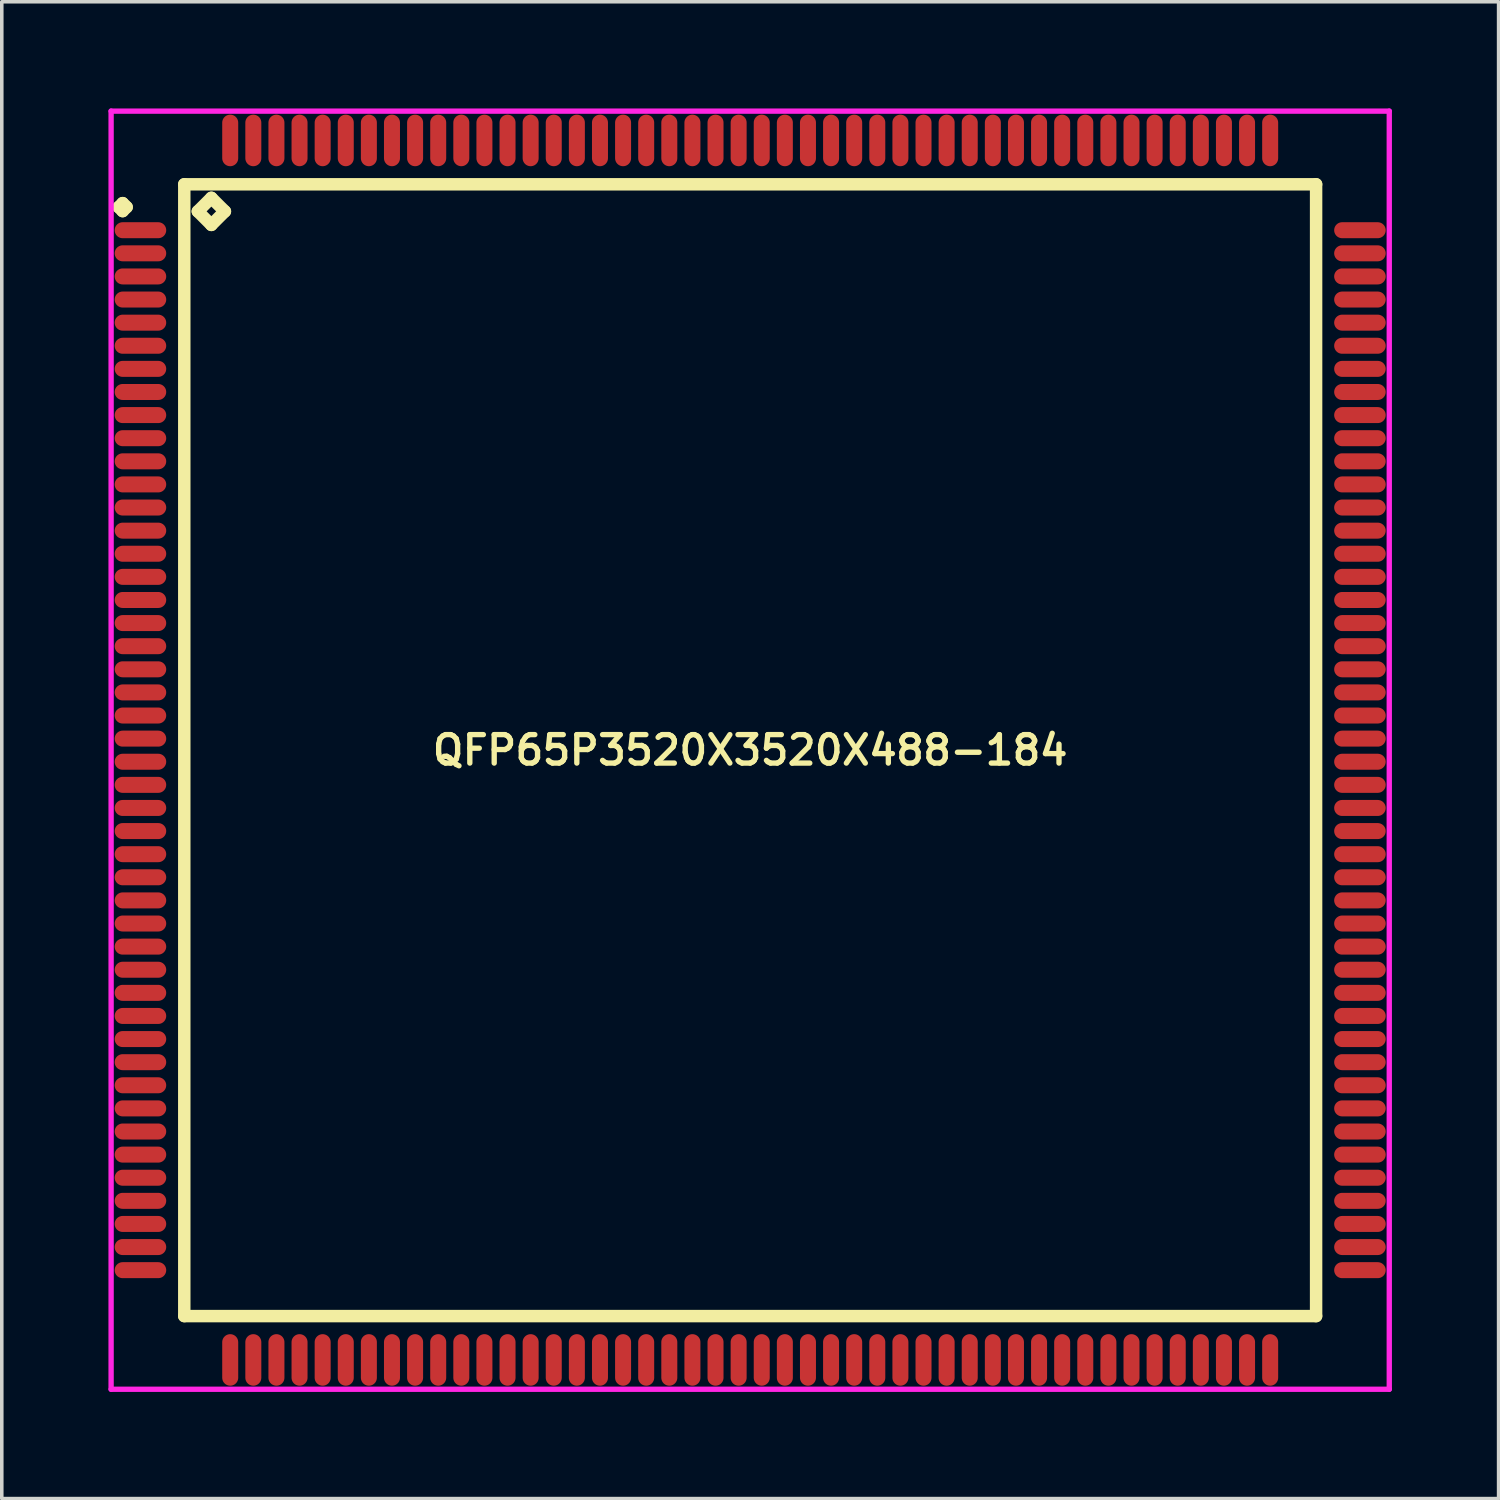
<source format=kicad_pcb>
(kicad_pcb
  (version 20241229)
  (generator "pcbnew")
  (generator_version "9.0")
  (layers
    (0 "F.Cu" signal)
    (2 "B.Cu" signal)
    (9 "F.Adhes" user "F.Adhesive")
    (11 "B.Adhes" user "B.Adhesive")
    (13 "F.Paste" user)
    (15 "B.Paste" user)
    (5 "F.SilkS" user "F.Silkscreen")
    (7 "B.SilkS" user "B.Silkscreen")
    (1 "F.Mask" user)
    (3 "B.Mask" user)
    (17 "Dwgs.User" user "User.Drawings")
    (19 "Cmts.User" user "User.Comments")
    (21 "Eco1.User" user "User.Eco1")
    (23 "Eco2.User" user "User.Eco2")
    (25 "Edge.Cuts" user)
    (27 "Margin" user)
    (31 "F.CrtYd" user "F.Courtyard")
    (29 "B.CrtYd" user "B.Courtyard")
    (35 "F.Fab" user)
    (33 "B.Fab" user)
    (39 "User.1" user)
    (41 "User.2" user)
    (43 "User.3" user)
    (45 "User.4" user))
  (footprint "QFP65P3520X3520X488-184"
    (layer "F.Cu")
    (at 18.05 18.05)
    (property "Reference" "QFP65P3520X3520X488-184" (at 0 0 0) (layer "F.SilkS") (effects (font (size 0.8 0.8) (thickness 0.15))))
    (attr smd)
    (fp_line (start -17.762 -15.275) (end -17.65 -15.387) (stroke (width 0.35) (type solid)) (layer "F.SilkS"))
    (fp_line (start -17.65 -15.387) (end -17.538 -15.275) (stroke (width 0.35) (type solid)) (layer "F.SilkS"))
    (fp_line (start -17.65 -15.162) (end -17.762 -15.275) (stroke (width 0.35) (type solid)) (layer "F.SilkS"))
    (fp_line (start -17.538 -15.275) (end -17.65 -15.162) (stroke (width 0.35) (type solid)) (layer "F.SilkS"))
    (fp_line (start -15.917 -15.917) (end -15.917 15.917) (stroke (width 0.35) (type solid)) (layer "F.SilkS"))
    (fp_line (start -15.917 15.917) (end 15.917 15.917) (stroke (width 0.35) (type solid)) (layer "F.SilkS"))
    (fp_line (start -15.536 -15.155) (end -15.155 -15.536) (stroke (width 0.35) (type solid)) (layer "F.SilkS"))
    (fp_line (start -15.155 -15.536) (end -14.774 -15.155) (stroke (width 0.35) (type solid)) (layer "F.SilkS"))
    (fp_line (start -15.155 -14.774) (end -15.536 -15.155) (stroke (width 0.35) (type solid)) (layer "F.SilkS"))
    (fp_line (start -14.774 -15.155) (end -15.155 -14.774) (stroke (width 0.35) (type solid)) (layer "F.SilkS"))
    (fp_line (start 15.917 -15.917) (end -15.917 -15.917) (stroke (width 0.35) (type solid)) (layer "F.SilkS"))
    (fp_line (start 15.917 15.917) (end 15.917 -15.917) (stroke (width 0.35) (type solid)) (layer "F.SilkS"))
    (fp_line (start -17.975 -17.975) (end 17.975 -17.975) (stroke (width 0.15) (type solid)) (layer "F.CrtYd"))
    (fp_line (start -17.975 17.975) (end -17.975 -17.975) (stroke (width 0.15) (type solid)) (layer "F.CrtYd"))
    (fp_line (start 17.975 -17.975) (end 17.975 17.975) (stroke (width 0.15) (type solid)) (layer "F.CrtYd"))
    (fp_line (start 17.975 17.975) (end -17.975 17.975) (stroke (width 0.15) (type solid)) (layer "F.CrtYd"))
    (pad "1" smd oval (at -17.15 -14.625) (size 1.45 0.45) (layers "F.Cu" "F.Mask" "F.Paste"))
    (pad "2" smd oval (at -17.15 -13.975) (size 1.45 0.45) (layers "F.Cu" "F.Mask" "F.Paste"))
    (pad "3" smd oval (at -17.15 -13.325) (size 1.45 0.45) (layers "F.Cu" "F.Mask" "F.Paste"))
    (pad "4" smd oval (at -17.15 -12.675) (size 1.45 0.45) (layers "F.Cu" "F.Mask" "F.Paste"))
    (pad "5" smd oval (at -17.15 -12.025) (size 1.45 0.45) (layers "F.Cu" "F.Mask" "F.Paste"))
    (pad "6" smd oval (at -17.15 -11.375) (size 1.45 0.45) (layers "F.Cu" "F.Mask" "F.Paste"))
    (pad "7" smd oval (at -17.15 -10.725) (size 1.45 0.45) (layers "F.Cu" "F.Mask" "F.Paste"))
    (pad "8" smd oval (at -17.15 -10.075) (size 1.45 0.45) (layers "F.Cu" "F.Mask" "F.Paste"))
    (pad "9" smd oval (at -17.15 -9.425) (size 1.45 0.45) (layers "F.Cu" "F.Mask" "F.Paste"))
    (pad "10" smd oval (at -17.15 -8.775) (size 1.45 0.45) (layers "F.Cu" "F.Mask" "F.Paste"))
    (pad "11" smd oval (at -17.15 -8.125) (size 1.45 0.45) (layers "F.Cu" "F.Mask" "F.Paste"))
    (pad "12" smd oval (at -17.15 -7.475) (size 1.45 0.45) (layers "F.Cu" "F.Mask" "F.Paste"))
    (pad "13" smd oval (at -17.15 -6.825) (size 1.45 0.45) (layers "F.Cu" "F.Mask" "F.Paste"))
    (pad "14" smd oval (at -17.15 -6.175) (size 1.45 0.45) (layers "F.Cu" "F.Mask" "F.Paste"))
    (pad "15" smd oval (at -17.15 -5.525) (size 1.45 0.45) (layers "F.Cu" "F.Mask" "F.Paste"))
    (pad "16" smd oval (at -17.15 -4.875) (size 1.45 0.45) (layers "F.Cu" "F.Mask" "F.Paste"))
    (pad "17" smd oval (at -17.15 -4.225) (size 1.45 0.45) (layers "F.Cu" "F.Mask" "F.Paste"))
    (pad "18" smd oval (at -17.15 -3.575) (size 1.45 0.45) (layers "F.Cu" "F.Mask" "F.Paste"))
    (pad "19" smd oval (at -17.15 -2.925) (size 1.45 0.45) (layers "F.Cu" "F.Mask" "F.Paste"))
    (pad "20" smd oval (at -17.15 -2.275) (size 1.45 0.45) (layers "F.Cu" "F.Mask" "F.Paste"))
    (pad "21" smd oval (at -17.15 -1.625) (size 1.45 0.45) (layers "F.Cu" "F.Mask" "F.Paste"))
    (pad "22" smd oval (at -17.15 -0.975) (size 1.45 0.45) (layers "F.Cu" "F.Mask" "F.Paste"))
    (pad "23" smd oval (at -17.15 -0.325) (size 1.45 0.45) (layers "F.Cu" "F.Mask" "F.Paste"))
    (pad "24" smd oval (at -17.15 0.325) (size 1.45 0.45) (layers "F.Cu" "F.Mask" "F.Paste"))
    (pad "25" smd oval (at -17.15 0.975) (size 1.45 0.45) (layers "F.Cu" "F.Mask" "F.Paste"))
    (pad "26" smd oval (at -17.15 1.625) (size 1.45 0.45) (layers "F.Cu" "F.Mask" "F.Paste"))
    (pad "27" smd oval (at -17.15 2.275) (size 1.45 0.45) (layers "F.Cu" "F.Mask" "F.Paste"))
    (pad "28" smd oval (at -17.15 2.925) (size 1.45 0.45) (layers "F.Cu" "F.Mask" "F.Paste"))
    (pad "29" smd oval (at -17.15 3.575) (size 1.45 0.45) (layers "F.Cu" "F.Mask" "F.Paste"))
    (pad "30" smd oval (at -17.15 4.225) (size 1.45 0.45) (layers "F.Cu" "F.Mask" "F.Paste"))
    (pad "31" smd oval (at -17.15 4.875) (size 1.45 0.45) (layers "F.Cu" "F.Mask" "F.Paste"))
    (pad "32" smd oval (at -17.15 5.525) (size 1.45 0.45) (layers "F.Cu" "F.Mask" "F.Paste"))
    (pad "33" smd oval (at -17.15 6.175) (size 1.45 0.45) (layers "F.Cu" "F.Mask" "F.Paste"))
    (pad "34" smd oval (at -17.15 6.825) (size 1.45 0.45) (layers "F.Cu" "F.Mask" "F.Paste"))
    (pad "35" smd oval (at -17.15 7.475) (size 1.45 0.45) (layers "F.Cu" "F.Mask" "F.Paste"))
    (pad "36" smd oval (at -17.15 8.125) (size 1.45 0.45) (layers "F.Cu" "F.Mask" "F.Paste"))
    (pad "37" smd oval (at -17.15 8.775) (size 1.45 0.45) (layers "F.Cu" "F.Mask" "F.Paste"))
    (pad "38" smd oval (at -17.15 9.425) (size 1.45 0.45) (layers "F.Cu" "F.Mask" "F.Paste"))
    (pad "39" smd oval (at -17.15 10.075) (size 1.45 0.45) (layers "F.Cu" "F.Mask" "F.Paste"))
    (pad "40" smd oval (at -17.15 10.725) (size 1.45 0.45) (layers "F.Cu" "F.Mask" "F.Paste"))
    (pad "41" smd oval (at -17.15 11.375) (size 1.45 0.45) (layers "F.Cu" "F.Mask" "F.Paste"))
    (pad "42" smd oval (at -17.15 12.025) (size 1.45 0.45) (layers "F.Cu" "F.Mask" "F.Paste"))
    (pad "43" smd oval (at -17.15 12.675) (size 1.45 0.45) (layers "F.Cu" "F.Mask" "F.Paste"))
    (pad "44" smd oval (at -17.15 13.325) (size 1.45 0.45) (layers "F.Cu" "F.Mask" "F.Paste"))
    (pad "45" smd oval (at -17.15 13.975) (size 1.45 0.45) (layers "F.Cu" "F.Mask" "F.Paste"))
    (pad "46" smd oval (at -17.15 14.625) (size 1.45 0.45) (layers "F.Cu" "F.Mask" "F.Paste"))
    (pad "47" smd oval (at -14.625 17.15) (size 0.45 1.45) (layers "F.Cu" "F.Mask" "F.Paste"))
    (pad "48" smd oval (at -13.975 17.15) (size 0.45 1.45) (layers "F.Cu" "F.Mask" "F.Paste"))
    (pad "49" smd oval (at -13.325 17.15) (size 0.45 1.45) (layers "F.Cu" "F.Mask" "F.Paste"))
    (pad "50" smd oval (at -12.675 17.15) (size 0.45 1.45) (layers "F.Cu" "F.Mask" "F.Paste"))
    (pad "51" smd oval (at -12.025 17.15) (size 0.45 1.45) (layers "F.Cu" "F.Mask" "F.Paste"))
    (pad "52" smd oval (at -11.375 17.15) (size 0.45 1.45) (layers "F.Cu" "F.Mask" "F.Paste"))
    (pad "53" smd oval (at -10.725 17.15) (size 0.45 1.45) (layers "F.Cu" "F.Mask" "F.Paste"))
    (pad "54" smd oval (at -10.075 17.15) (size 0.45 1.45) (layers "F.Cu" "F.Mask" "F.Paste"))
    (pad "55" smd oval (at -9.425 17.15) (size 0.45 1.45) (layers "F.Cu" "F.Mask" "F.Paste"))
    (pad "56" smd oval (at -8.775 17.15) (size 0.45 1.45) (layers "F.Cu" "F.Mask" "F.Paste"))
    (pad "57" smd oval (at -8.125 17.15) (size 0.45 1.45) (layers "F.Cu" "F.Mask" "F.Paste"))
    (pad "58" smd oval (at -7.475 17.15) (size 0.45 1.45) (layers "F.Cu" "F.Mask" "F.Paste"))
    (pad "59" smd oval (at -6.825 17.15) (size 0.45 1.45) (layers "F.Cu" "F.Mask" "F.Paste"))
    (pad "60" smd oval (at -6.175 17.15) (size 0.45 1.45) (layers "F.Cu" "F.Mask" "F.Paste"))
    (pad "61" smd oval (at -5.525 17.15) (size 0.45 1.45) (layers "F.Cu" "F.Mask" "F.Paste"))
    (pad "62" smd oval (at -4.875 17.15) (size 0.45 1.45) (layers "F.Cu" "F.Mask" "F.Paste"))
    (pad "63" smd oval (at -4.225 17.15) (size 0.45 1.45) (layers "F.Cu" "F.Mask" "F.Paste"))
    (pad "64" smd oval (at -3.575 17.15) (size 0.45 1.45) (layers "F.Cu" "F.Mask" "F.Paste"))
    (pad "65" smd oval (at -2.925 17.15) (size 0.45 1.45) (layers "F.Cu" "F.Mask" "F.Paste"))
    (pad "66" smd oval (at -2.275 17.15) (size 0.45 1.45) (layers "F.Cu" "F.Mask" "F.Paste"))
    (pad "67" smd oval (at -1.625 17.15) (size 0.45 1.45) (layers "F.Cu" "F.Mask" "F.Paste"))
    (pad "68" smd oval (at -0.975 17.15) (size 0.45 1.45) (layers "F.Cu" "F.Mask" "F.Paste"))
    (pad "69" smd oval (at -0.325 17.15) (size 0.45 1.45) (layers "F.Cu" "F.Mask" "F.Paste"))
    (pad "70" smd oval (at 0.325 17.15) (size 0.45 1.45) (layers "F.Cu" "F.Mask" "F.Paste"))
    (pad "71" smd oval (at 0.975 17.15) (size 0.45 1.45) (layers "F.Cu" "F.Mask" "F.Paste"))
    (pad "72" smd oval (at 1.625 17.15) (size 0.45 1.45) (layers "F.Cu" "F.Mask" "F.Paste"))
    (pad "73" smd oval (at 2.275 17.15) (size 0.45 1.45) (layers "F.Cu" "F.Mask" "F.Paste"))
    (pad "74" smd oval (at 2.925 17.15) (size 0.45 1.45) (layers "F.Cu" "F.Mask" "F.Paste"))
    (pad "75" smd oval (at 3.575 17.15) (size 0.45 1.45) (layers "F.Cu" "F.Mask" "F.Paste"))
    (pad "76" smd oval (at 4.225 17.15) (size 0.45 1.45) (layers "F.Cu" "F.Mask" "F.Paste"))
    (pad "77" smd oval (at 4.875 17.15) (size 0.45 1.45) (layers "F.Cu" "F.Mask" "F.Paste"))
    (pad "78" smd oval (at 5.525 17.15) (size 0.45 1.45) (layers "F.Cu" "F.Mask" "F.Paste"))
    (pad "79" smd oval (at 6.175 17.15) (size 0.45 1.45) (layers "F.Cu" "F.Mask" "F.Paste"))
    (pad "80" smd oval (at 6.825 17.15) (size 0.45 1.45) (layers "F.Cu" "F.Mask" "F.Paste"))
    (pad "81" smd oval (at 7.475 17.15) (size 0.45 1.45) (layers "F.Cu" "F.Mask" "F.Paste"))
    (pad "82" smd oval (at 8.125 17.15) (size 0.45 1.45) (layers "F.Cu" "F.Mask" "F.Paste"))
    (pad "83" smd oval (at 8.775 17.15) (size 0.45 1.45) (layers "F.Cu" "F.Mask" "F.Paste"))
    (pad "84" smd oval (at 9.425 17.15) (size 0.45 1.45) (layers "F.Cu" "F.Mask" "F.Paste"))
    (pad "85" smd oval (at 10.075 17.15) (size 0.45 1.45) (layers "F.Cu" "F.Mask" "F.Paste"))
    (pad "86" smd oval (at 10.725 17.15) (size 0.45 1.45) (layers "F.Cu" "F.Mask" "F.Paste"))
    (pad "87" smd oval (at 11.375 17.15) (size 0.45 1.45) (layers "F.Cu" "F.Mask" "F.Paste"))
    (pad "88" smd oval (at 12.025 17.15) (size 0.45 1.45) (layers "F.Cu" "F.Mask" "F.Paste"))
    (pad "89" smd oval (at 12.675 17.15) (size 0.45 1.45) (layers "F.Cu" "F.Mask" "F.Paste"))
    (pad "90" smd oval (at 13.325 17.15) (size 0.45 1.45) (layers "F.Cu" "F.Mask" "F.Paste"))
    (pad "91" smd oval (at 13.975 17.15) (size 0.45 1.45) (layers "F.Cu" "F.Mask" "F.Paste"))
    (pad "92" smd oval (at 14.625 17.15) (size 0.45 1.45) (layers "F.Cu" "F.Mask" "F.Paste"))
    (pad "93" smd oval (at 17.15 14.625) (size 1.45 0.45) (layers "F.Cu" "F.Mask" "F.Paste"))
    (pad "94" smd oval (at 17.15 13.975) (size 1.45 0.45) (layers "F.Cu" "F.Mask" "F.Paste"))
    (pad "95" smd oval (at 17.15 13.325) (size 1.45 0.45) (layers "F.Cu" "F.Mask" "F.Paste"))
    (pad "96" smd oval (at 17.15 12.675) (size 1.45 0.45) (layers "F.Cu" "F.Mask" "F.Paste"))
    (pad "97" smd oval (at 17.15 12.025) (size 1.45 0.45) (layers "F.Cu" "F.Mask" "F.Paste"))
    (pad "98" smd oval (at 17.15 11.375) (size 1.45 0.45) (layers "F.Cu" "F.Mask" "F.Paste"))
    (pad "99" smd oval (at 17.15 10.725) (size 1.45 0.45) (layers "F.Cu" "F.Mask" "F.Paste"))
    (pad "100" smd oval (at 17.15 10.075) (size 1.45 0.45) (layers "F.Cu" "F.Mask" "F.Paste"))
    (pad "101" smd oval (at 17.15 9.425) (size 1.45 0.45) (layers "F.Cu" "F.Mask" "F.Paste"))
    (pad "102" smd oval (at 17.15 8.775) (size 1.45 0.45) (layers "F.Cu" "F.Mask" "F.Paste"))
    (pad "103" smd oval (at 17.15 8.125) (size 1.45 0.45) (layers "F.Cu" "F.Mask" "F.Paste"))
    (pad "104" smd oval (at 17.15 7.475) (size 1.45 0.45) (layers "F.Cu" "F.Mask" "F.Paste"))
    (pad "105" smd oval (at 17.15 6.825) (size 1.45 0.45) (layers "F.Cu" "F.Mask" "F.Paste"))
    (pad "106" smd oval (at 17.15 6.175) (size 1.45 0.45) (layers "F.Cu" "F.Mask" "F.Paste"))
    (pad "107" smd oval (at 17.15 5.525) (size 1.45 0.45) (layers "F.Cu" "F.Mask" "F.Paste"))
    (pad "108" smd oval (at 17.15 4.875) (size 1.45 0.45) (layers "F.Cu" "F.Mask" "F.Paste"))
    (pad "109" smd oval (at 17.15 4.225) (size 1.45 0.45) (layers "F.Cu" "F.Mask" "F.Paste"))
    (pad "110" smd oval (at 17.15 3.575) (size 1.45 0.45) (layers "F.Cu" "F.Mask" "F.Paste"))
    (pad "111" smd oval (at 17.15 2.925) (size 1.45 0.45) (layers "F.Cu" "F.Mask" "F.Paste"))
    (pad "112" smd oval (at 17.15 2.275) (size 1.45 0.45) (layers "F.Cu" "F.Mask" "F.Paste"))
    (pad "113" smd oval (at 17.15 1.625) (size 1.45 0.45) (layers "F.Cu" "F.Mask" "F.Paste"))
    (pad "114" smd oval (at 17.15 0.975) (size 1.45 0.45) (layers "F.Cu" "F.Mask" "F.Paste"))
    (pad "115" smd oval (at 17.15 0.325) (size 1.45 0.45) (layers "F.Cu" "F.Mask" "F.Paste"))
    (pad "116" smd oval (at 17.15 -0.325) (size 1.45 0.45) (layers "F.Cu" "F.Mask" "F.Paste"))
    (pad "117" smd oval (at 17.15 -0.975) (size 1.45 0.45) (layers "F.Cu" "F.Mask" "F.Paste"))
    (pad "118" smd oval (at 17.15 -1.625) (size 1.45 0.45) (layers "F.Cu" "F.Mask" "F.Paste"))
    (pad "119" smd oval (at 17.15 -2.275) (size 1.45 0.45) (layers "F.Cu" "F.Mask" "F.Paste"))
    (pad "120" smd oval (at 17.15 -2.925) (size 1.45 0.45) (layers "F.Cu" "F.Mask" "F.Paste"))
    (pad "121" smd oval (at 17.15 -3.575) (size 1.45 0.45) (layers "F.Cu" "F.Mask" "F.Paste"))
    (pad "122" smd oval (at 17.15 -4.225) (size 1.45 0.45) (layers "F.Cu" "F.Mask" "F.Paste"))
    (pad "123" smd oval (at 17.15 -4.875) (size 1.45 0.45) (layers "F.Cu" "F.Mask" "F.Paste"))
    (pad "124" smd oval (at 17.15 -5.525) (size 1.45 0.45) (layers "F.Cu" "F.Mask" "F.Paste"))
    (pad "125" smd oval (at 17.15 -6.175) (size 1.45 0.45) (layers "F.Cu" "F.Mask" "F.Paste"))
    (pad "126" smd oval (at 17.15 -6.825) (size 1.45 0.45) (layers "F.Cu" "F.Mask" "F.Paste"))
    (pad "127" smd oval (at 17.15 -7.475) (size 1.45 0.45) (layers "F.Cu" "F.Mask" "F.Paste"))
    (pad "128" smd oval (at 17.15 -8.125) (size 1.45 0.45) (layers "F.Cu" "F.Mask" "F.Paste"))
    (pad "129" smd oval (at 17.15 -8.775) (size 1.45 0.45) (layers "F.Cu" "F.Mask" "F.Paste"))
    (pad "130" smd oval (at 17.15 -9.425) (size 1.45 0.45) (layers "F.Cu" "F.Mask" "F.Paste"))
    (pad "131" smd oval (at 17.15 -10.075) (size 1.45 0.45) (layers "F.Cu" "F.Mask" "F.Paste"))
    (pad "132" smd oval (at 17.15 -10.725) (size 1.45 0.45) (layers "F.Cu" "F.Mask" "F.Paste"))
    (pad "133" smd oval (at 17.15 -11.375) (size 1.45 0.45) (layers "F.Cu" "F.Mask" "F.Paste"))
    (pad "134" smd oval (at 17.15 -12.025) (size 1.45 0.45) (layers "F.Cu" "F.Mask" "F.Paste"))
    (pad "135" smd oval (at 17.15 -12.675) (size 1.45 0.45) (layers "F.Cu" "F.Mask" "F.Paste"))
    (pad "136" smd oval (at 17.15 -13.325) (size 1.45 0.45) (layers "F.Cu" "F.Mask" "F.Paste"))
    (pad "137" smd oval (at 17.15 -13.975) (size 1.45 0.45) (layers "F.Cu" "F.Mask" "F.Paste"))
    (pad "138" smd oval (at 17.15 -14.625) (size 1.45 0.45) (layers "F.Cu" "F.Mask" "F.Paste"))
    (pad "139" smd oval (at 14.625 -17.15) (size 0.45 1.45) (layers "F.Cu" "F.Mask" "F.Paste"))
    (pad "140" smd oval (at 13.975 -17.15) (size 0.45 1.45) (layers "F.Cu" "F.Mask" "F.Paste"))
    (pad "141" smd oval (at 13.325 -17.15) (size 0.45 1.45) (layers "F.Cu" "F.Mask" "F.Paste"))
    (pad "142" smd oval (at 12.675 -17.15) (size 0.45 1.45) (layers "F.Cu" "F.Mask" "F.Paste"))
    (pad "143" smd oval (at 12.025 -17.15) (size 0.45 1.45) (layers "F.Cu" "F.Mask" "F.Paste"))
    (pad "144" smd oval (at 11.375 -17.15) (size 0.45 1.45) (layers "F.Cu" "F.Mask" "F.Paste"))
    (pad "145" smd oval (at 10.725 -17.15) (size 0.45 1.45) (layers "F.Cu" "F.Mask" "F.Paste"))
    (pad "146" smd oval (at 10.075 -17.15) (size 0.45 1.45) (layers "F.Cu" "F.Mask" "F.Paste"))
    (pad "147" smd oval (at 9.425 -17.15) (size 0.45 1.45) (layers "F.Cu" "F.Mask" "F.Paste"))
    (pad "148" smd oval (at 8.775 -17.15) (size 0.45 1.45) (layers "F.Cu" "F.Mask" "F.Paste"))
    (pad "149" smd oval (at 8.125 -17.15) (size 0.45 1.45) (layers "F.Cu" "F.Mask" "F.Paste"))
    (pad "150" smd oval (at 7.475 -17.15) (size 0.45 1.45) (layers "F.Cu" "F.Mask" "F.Paste"))
    (pad "151" smd oval (at 6.825 -17.15) (size 0.45 1.45) (layers "F.Cu" "F.Mask" "F.Paste"))
    (pad "152" smd oval (at 6.175 -17.15) (size 0.45 1.45) (layers "F.Cu" "F.Mask" "F.Paste"))
    (pad "153" smd oval (at 5.525 -17.15) (size 0.45 1.45) (layers "F.Cu" "F.Mask" "F.Paste"))
    (pad "154" smd oval (at 4.875 -17.15) (size 0.45 1.45) (layers "F.Cu" "F.Mask" "F.Paste"))
    (pad "155" smd oval (at 4.225 -17.15) (size 0.45 1.45) (layers "F.Cu" "F.Mask" "F.Paste"))
    (pad "156" smd oval (at 3.575 -17.15) (size 0.45 1.45) (layers "F.Cu" "F.Mask" "F.Paste"))
    (pad "157" smd oval (at 2.925 -17.15) (size 0.45 1.45) (layers "F.Cu" "F.Mask" "F.Paste"))
    (pad "158" smd oval (at 2.275 -17.15) (size 0.45 1.45) (layers "F.Cu" "F.Mask" "F.Paste"))
    (pad "159" smd oval (at 1.625 -17.15) (size 0.45 1.45) (layers "F.Cu" "F.Mask" "F.Paste"))
    (pad "160" smd oval (at 0.975 -17.15) (size 0.45 1.45) (layers "F.Cu" "F.Mask" "F.Paste"))
    (pad "161" smd oval (at 0.325 -17.15) (size 0.45 1.45) (layers "F.Cu" "F.Mask" "F.Paste"))
    (pad "162" smd oval (at -0.325 -17.15) (size 0.45 1.45) (layers "F.Cu" "F.Mask" "F.Paste"))
    (pad "163" smd oval (at -0.975 -17.15) (size 0.45 1.45) (layers "F.Cu" "F.Mask" "F.Paste"))
    (pad "164" smd oval (at -1.625 -17.15) (size 0.45 1.45) (layers "F.Cu" "F.Mask" "F.Paste"))
    (pad "165" smd oval (at -2.275 -17.15) (size 0.45 1.45) (layers "F.Cu" "F.Mask" "F.Paste"))
    (pad "166" smd oval (at -2.925 -17.15) (size 0.45 1.45) (layers "F.Cu" "F.Mask" "F.Paste"))
    (pad "167" smd oval (at -3.575 -17.15) (size 0.45 1.45) (layers "F.Cu" "F.Mask" "F.Paste"))
    (pad "168" smd oval (at -4.225 -17.15) (size 0.45 1.45) (layers "F.Cu" "F.Mask" "F.Paste"))
    (pad "169" smd oval (at -4.875 -17.15) (size 0.45 1.45) (layers "F.Cu" "F.Mask" "F.Paste"))
    (pad "170" smd oval (at -5.525 -17.15) (size 0.45 1.45) (layers "F.Cu" "F.Mask" "F.Paste"))
    (pad "171" smd oval (at -6.175 -17.15) (size 0.45 1.45) (layers "F.Cu" "F.Mask" "F.Paste"))
    (pad "172" smd oval (at -6.825 -17.15) (size 0.45 1.45) (layers "F.Cu" "F.Mask" "F.Paste"))
    (pad "173" smd oval (at -7.475 -17.15) (size 0.45 1.45) (layers "F.Cu" "F.Mask" "F.Paste"))
    (pad "174" smd oval (at -8.125 -17.15) (size 0.45 1.45) (layers "F.Cu" "F.Mask" "F.Paste"))
    (pad "175" smd oval (at -8.775 -17.15) (size 0.45 1.45) (layers "F.Cu" "F.Mask" "F.Paste"))
    (pad "176" smd oval (at -9.425 -17.15) (size 0.45 1.45) (layers "F.Cu" "F.Mask" "F.Paste"))
    (pad "177" smd oval (at -10.075 -17.15) (size 0.45 1.45) (layers "F.Cu" "F.Mask" "F.Paste"))
    (pad "178" smd oval (at -10.725 -17.15) (size 0.45 1.45) (layers "F.Cu" "F.Mask" "F.Paste"))
    (pad "179" smd oval (at -11.375 -17.15) (size 0.45 1.45) (layers "F.Cu" "F.Mask" "F.Paste"))
    (pad "180" smd oval (at -12.025 -17.15) (size 0.45 1.45) (layers "F.Cu" "F.Mask" "F.Paste"))
    (pad "181" smd oval (at -12.675 -17.15) (size 0.45 1.45) (layers "F.Cu" "F.Mask" "F.Paste"))
    (pad "182" smd oval (at -13.325 -17.15) (size 0.45 1.45) (layers "F.Cu" "F.Mask" "F.Paste"))
    (pad "183" smd oval (at -13.975 -17.15) (size 0.45 1.45) (layers "F.Cu" "F.Mask" "F.Paste"))
    (pad "184" smd oval (at -14.625 -17.15) (size 0.45 1.45) (layers "F.Cu" "F.Mask" "F.Paste")))
  (gr_rect
    (start -3 -3)
    (end 39.1 39.1)
    (stroke (width 0.1) (type default))
    (fill no)
    (layer "Edge.Cuts")))
</source>
